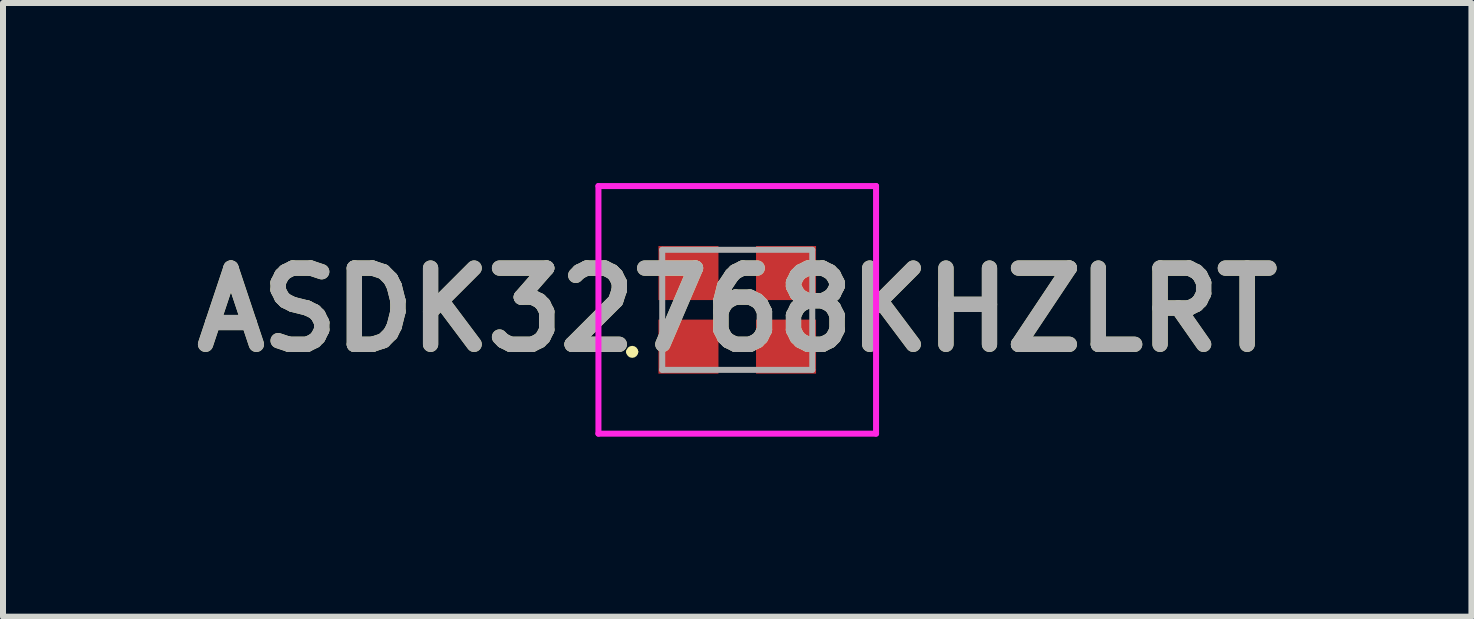
<source format=kicad_pcb>
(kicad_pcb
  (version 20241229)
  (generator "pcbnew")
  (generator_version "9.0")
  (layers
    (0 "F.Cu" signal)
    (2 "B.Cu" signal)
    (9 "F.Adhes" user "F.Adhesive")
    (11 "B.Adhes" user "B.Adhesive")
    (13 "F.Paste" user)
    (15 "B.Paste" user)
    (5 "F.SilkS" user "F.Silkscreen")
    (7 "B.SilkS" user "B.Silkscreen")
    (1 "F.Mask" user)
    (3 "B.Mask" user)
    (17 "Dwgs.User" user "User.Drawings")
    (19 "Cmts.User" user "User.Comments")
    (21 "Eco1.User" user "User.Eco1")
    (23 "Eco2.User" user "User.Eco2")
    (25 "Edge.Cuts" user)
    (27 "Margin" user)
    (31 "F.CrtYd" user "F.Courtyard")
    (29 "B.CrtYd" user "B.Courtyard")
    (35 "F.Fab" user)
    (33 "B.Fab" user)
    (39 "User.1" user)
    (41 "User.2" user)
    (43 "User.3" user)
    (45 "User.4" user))
  (footprint "ASDK32768KHZLRT"
    (layer "F.Cu")
    (at 9.235 2.113)
    (property "Reference" "ASDK32768KHZLRT" (at 0 0 0) (layer "F.SilkS") (effects (font (size 1.27 1.27) (thickness 0.254))))
    (attr smd)
    (fp_line (start -1.8 0.7) (end -1.8 0.7) (stroke (width 0.1) (type solid)) (layer "F.SilkS"))
    (fp_line (start -1.7 0.7) (end -1.7 0.7) (stroke (width 0.1) (type solid)) (layer "F.SilkS"))
    (fp_arc (start -1.8 0.7) (mid -1.75 0.65) (end -1.7 0.7) (stroke (width 0.1) (type solid)) (layer "F.SilkS"))
    (fp_arc (start -1.7 0.7) (mid -1.75 0.75) (end -1.8 0.7) (stroke (width 0.1) (type solid)) (layer "F.SilkS"))
    (fp_line (start -2.313 -2.063) (end 2.313 -2.063) (stroke (width 0.1) (type solid)) (layer "F.CrtYd"))
    (fp_line (start -2.313 2.063) (end -2.313 -2.063) (stroke (width 0.1) (type solid)) (layer "F.CrtYd"))
    (fp_line (start 2.313 -2.063) (end 2.313 2.063) (stroke (width 0.1) (type solid)) (layer "F.CrtYd"))
    (fp_line (start 2.313 2.063) (end -2.313 2.063) (stroke (width 0.1) (type solid)) (layer "F.CrtYd"))
    (fp_line (start -1.25 -1) (end 1.25 -1) (stroke (width 0.1) (type solid)) (layer "F.Fab"))
    (fp_line (start -1.25 1) (end -1.25 -1) (stroke (width 0.1) (type solid)) (layer "F.Fab"))
    (fp_line (start 1.25 -1) (end 1.25 1) (stroke (width 0.1) (type solid)) (layer "F.Fab"))
    (fp_line (start 1.25 1) (end -1.25 1) (stroke (width 0.1) (type solid)) (layer "F.Fab"))
    (fp_text user "${REFERENCE}" (at 0 0 0) (layer "F.Fab") (effects (font (size 1.27 1.27) (thickness 0.254))))
    (pad "1" smd rect (at -0.813 0.613 90) (size 0.9 1) (layers "F.Cu" "F.Mask" "F.Paste"))
    (pad "2" smd rect (at 0.813 0.613 90) (size 0.9 1) (layers "F.Cu" "F.Mask" "F.Paste"))
    (pad "3" smd rect (at 0.813 -0.613 90) (size 0.9 1) (layers "F.Cu" "F.Mask" "F.Paste"))
    (pad "4" smd rect (at -0.813 -0.613 90) (size 0.9 1) (layers "F.Cu" "F.Mask" "F.Paste")))
  (gr_rect
    (start -3 -3)
    (end 21.469 7.226)
    (stroke (width 0.1) (type default))
    (fill no)
    (layer "Edge.Cuts")))
</source>
